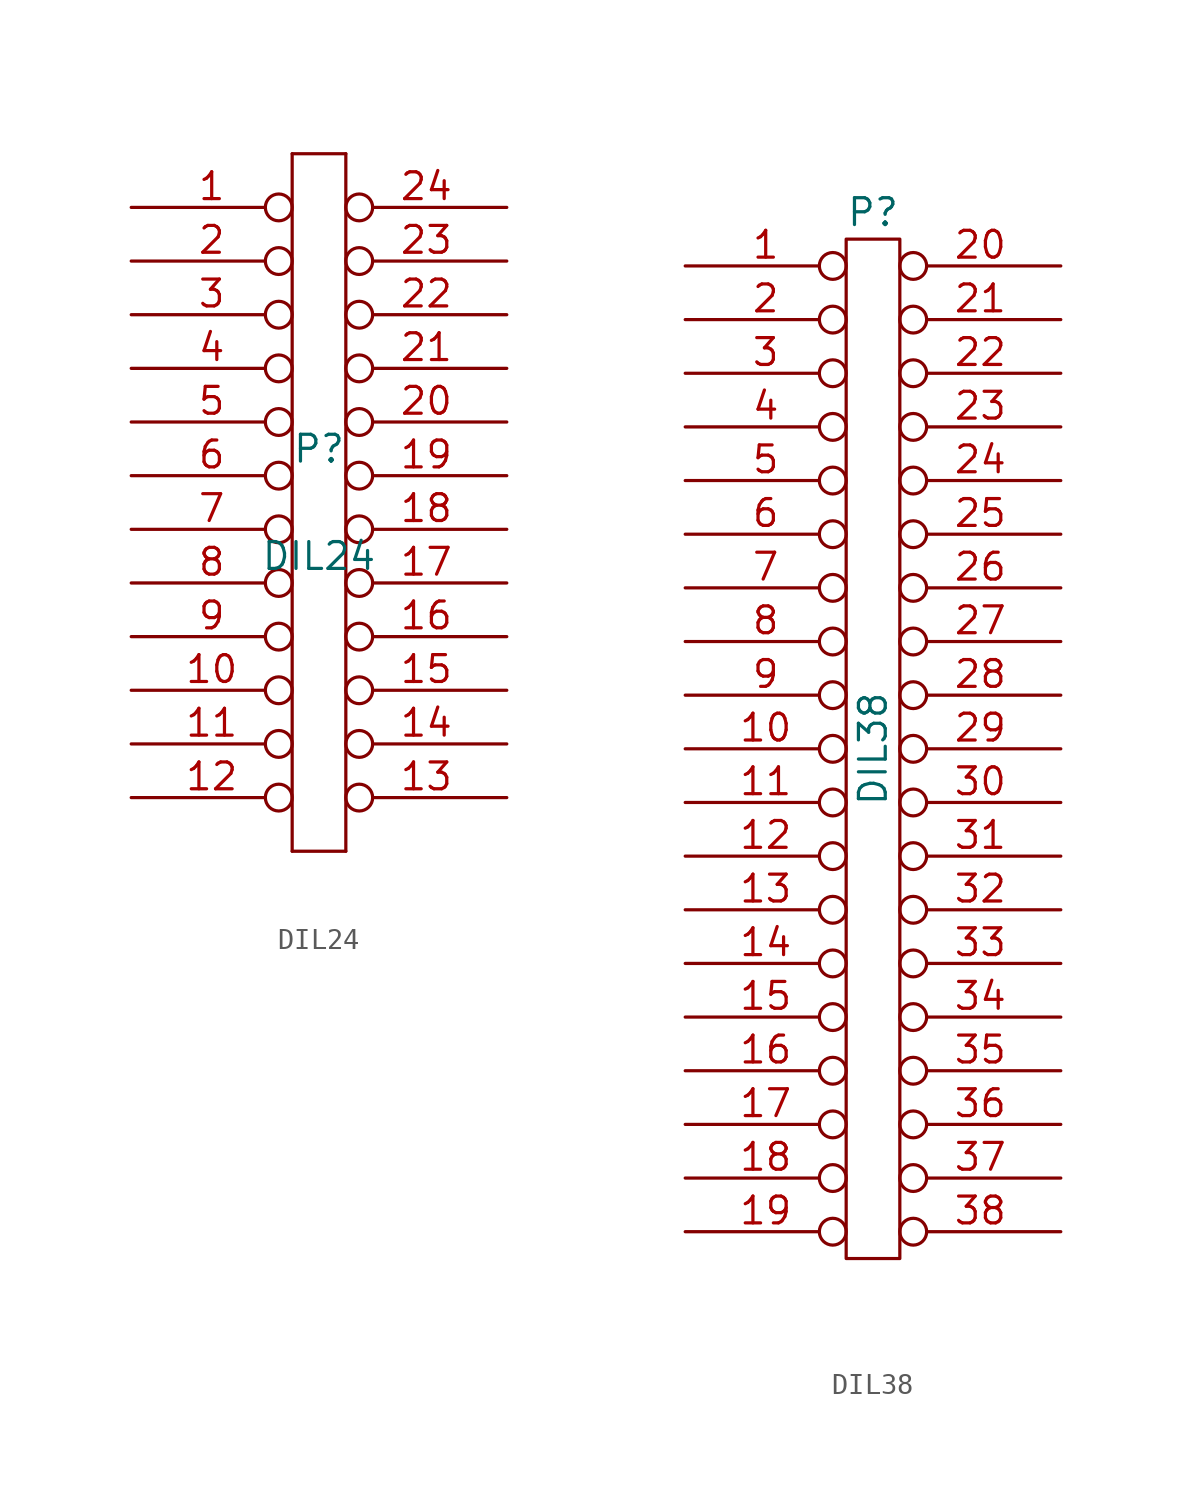
<source format=kicad_sym>
(kicad_symbol_lib
  (version 20211014)
  (generator kicad_symbol_editor)
  (symbol "DIL24"
    (pin_names
      (offset 1.016) hide)
    (property "Reference" "P"
      (at 0 2.54 0)
      (effects (font (size 1.27 1.27))))
    (property "Value" "DIL24"
      (at 0 -2.54 0)
      (effects (font (size 1.27 1.27))))
    (property "Footprint" ""
      (at 0 0 0)
      (effects (font (size 1.27 1.27))))
    (property "Datasheet" ""
      (at 0 0 0)
      (effects (font (size 1.27 1.27))))
    (symbol "DIL24_0_1"
      (polyline (pts (xy -1.27 -16.51) (xy 1.27 -16.51)) (stroke (width 0) (type default) (color 0 0 0 0)) (fill (type none)))
      (polyline (pts (xy -1.27 16.51) (xy -1.27 -16.51)) (stroke (width 0) (type default) (color 0 0 0 0)) (fill (type none)))
      (polyline (pts (xy 1.27 -16.51) (xy 1.27 16.51)) (stroke (width 0) (type default) (color 0 0 0 0)) (fill (type none)))
      (polyline (pts (xy 1.27 16.51) (xy -1.27 16.51)) (stroke (width 0) (type default) (color 0 0 0 0)) (fill (type none))))
    (symbol "DIL24_1_1"
      (pin passive inverted (at -8.89 13.97 0) (length 7.62) (name "P1" (effects (font (size 1.27 1.27)))) (number "1" (effects (font (size 1.27 1.27)))))
      (pin passive inverted (at -8.89 -8.89 0) (length 7.62) (name "P10" (effects (font (size 1.27 1.27)))) (number "10" (effects (font (size 1.27 1.27)))))
      (pin passive inverted (at -8.89 -11.43 0) (length 7.62) (name "P11" (effects (font (size 1.27 1.27)))) (number "11" (effects (font (size 1.27 1.27)))))
      (pin passive inverted (at -8.89 -13.97 0) (length 7.62) (name "P12" (effects (font (size 1.27 1.27)))) (number "12" (effects (font (size 1.27 1.27)))))
      (pin passive inverted (at 8.89 -13.97 180) (length 7.62) (name "P13" (effects (font (size 1.27 1.27)))) (number "13" (effects (font (size 1.27 1.27)))))
      (pin passive inverted (at 8.89 -11.43 180) (length 7.62) (name "P14" (effects (font (size 1.27 1.27)))) (number "14" (effects (font (size 1.27 1.27)))))
      (pin passive inverted (at 8.89 -8.89 180) (length 7.62) (name "P15" (effects (font (size 1.27 1.27)))) (number "15" (effects (font (size 1.27 1.27)))))
      (pin passive inverted (at 8.89 -6.35 180) (length 7.62) (name "P16" (effects (font (size 1.27 1.27)))) (number "16" (effects (font (size 1.27 1.27)))))
      (pin passive inverted (at 8.89 -3.81 180) (length 7.62) (name "P17" (effects (font (size 1.27 1.27)))) (number "17" (effects (font (size 1.27 1.27)))))
      (pin passive inverted (at 8.89 -1.27 180) (length 7.62) (name "P18" (effects (font (size 1.27 1.27)))) (number "18" (effects (font (size 1.27 1.27)))))
      (pin passive inverted (at 8.89 1.27 180) (length 7.62) (name "P19" (effects (font (size 1.27 1.27)))) (number "19" (effects (font (size 1.27 1.27)))))
      (pin passive inverted (at -8.89 11.43 0) (length 7.62) (name "P2" (effects (font (size 1.27 1.27)))) (number "2" (effects (font (size 1.27 1.27)))))
      (pin passive inverted (at 8.89 3.81 180) (length 7.62) (name "P20" (effects (font (size 1.27 1.27)))) (number "20" (effects (font (size 1.27 1.27)))))
      (pin passive inverted (at 8.89 6.35 180) (length 7.62) (name "P21" (effects (font (size 1.27 1.27)))) (number "21" (effects (font (size 1.27 1.27)))))
      (pin passive inverted (at 8.89 8.89 180) (length 7.62) (name "P22" (effects (font (size 1.27 1.27)))) (number "22" (effects (font (size 1.27 1.27)))))
      (pin passive inverted (at 8.89 11.43 180) (length 7.62) (name "P23" (effects (font (size 1.27 1.27)))) (number "23" (effects (font (size 1.27 1.27)))))
      (pin passive inverted (at 8.89 13.97 180) (length 7.62) (name "P24" (effects (font (size 1.27 1.27)))) (number "24" (effects (font (size 1.27 1.27)))))
      (pin passive inverted (at -8.89 8.89 0) (length 7.62) (name "P3" (effects (font (size 1.27 1.27)))) (number "3" (effects (font (size 1.27 1.27)))))
      (pin passive inverted (at -8.89 6.35 0) (length 7.62) (name "P4" (effects (font (size 1.27 1.27)))) (number "4" (effects (font (size 1.27 1.27)))))
      (pin passive inverted (at -8.89 3.81 0) (length 7.62) (name "P5" (effects (font (size 1.27 1.27)))) (number "5" (effects (font (size 1.27 1.27)))))
      (pin passive inverted (at -8.89 1.27 0) (length 7.62) (name "P6" (effects (font (size 1.27 1.27)))) (number "6" (effects (font (size 1.27 1.27)))))
      (pin passive inverted (at -8.89 -1.27 0) (length 7.62) (name "P7" (effects (font (size 1.27 1.27)))) (number "7" (effects (font (size 1.27 1.27)))))
      (pin passive inverted (at -8.89 -3.81 0) (length 7.62) (name "P8" (effects (font (size 1.27 1.27)))) (number "8" (effects (font (size 1.27 1.27)))))
      (pin passive inverted (at -8.89 -6.35 0) (length 7.62) (name "P9" (effects (font (size 1.27 1.27)))) (number "9" (effects (font (size 1.27 1.27)))))))
  (symbol "DIL38"
    (pin_names
      (offset 1.016) hide)
    (property "Reference" "P"
      (at 0 25.4 0)
      (effects (font (size 1.27 1.27))))
    (property "Value" "DIL38"
      (at 0 0 90)
      (effects (font (size 1.27 1.27))))
    (property "Footprint" ""
      (at 0 0 0)
      (effects (font (size 1.27 1.27))))
    (property "Datasheet" ""
      (at 0 0 0)
      (effects (font (size 1.27 1.27))))
    (symbol "DIL38_0_1"
      (rectangle (start -1.27 24.13) (end 1.27 -24.13) (stroke (width 0) (type default) (color 0 0 0 0)) (fill (type none))))
    (symbol "DIL38_1_1"
      (pin passive inverted (at -8.89 22.86 0) (length 7.62) (name "P1" (effects (font (size 1.27 1.27)))) (number "1" (effects (font (size 1.27 1.27)))))
      (pin passive inverted (at -8.89 0 0) (length 7.62) (name "P10" (effects (font (size 1.27 1.27)))) (number "10" (effects (font (size 1.27 1.27)))))
      (pin passive inverted (at -8.89 -2.54 0) (length 7.62) (name "P11" (effects (font (size 1.27 1.27)))) (number "11" (effects (font (size 1.27 1.27)))))
      (pin passive inverted (at -8.89 -5.08 0) (length 7.62) (name "P12" (effects (font (size 1.27 1.27)))) (number "12" (effects (font (size 1.27 1.27)))))
      (pin passive inverted (at -8.89 -7.62 0) (length 7.62) (name "P13" (effects (font (size 1.27 1.27)))) (number "13" (effects (font (size 1.27 1.27)))))
      (pin passive inverted (at -8.89 -10.16 0) (length 7.62) (name "P14" (effects (font (size 1.27 1.27)))) (number "14" (effects (font (size 1.27 1.27)))))
      (pin passive inverted (at -8.89 -12.7 0) (length 7.62) (name "P15" (effects (font (size 1.27 1.27)))) (number "15" (effects (font (size 1.27 1.27)))))
      (pin passive inverted (at -8.89 -15.24 0) (length 7.62) (name "P16" (effects (font (size 1.27 1.27)))) (number "16" (effects (font (size 1.27 1.27)))))
      (pin passive inverted (at -8.89 -17.78 0) (length 7.62) (name "P17" (effects (font (size 1.27 1.27)))) (number "17" (effects (font (size 1.27 1.27)))))
      (pin passive inverted (at -8.89 -20.32 0) (length 7.62) (name "P18" (effects (font (size 1.27 1.27)))) (number "18" (effects (font (size 1.27 1.27)))))
      (pin passive inverted (at -8.89 -22.86 0) (length 7.62) (name "P19" (effects (font (size 1.27 1.27)))) (number "19" (effects (font (size 1.27 1.27)))))
      (pin passive inverted (at -8.89 20.32 0) (length 7.62) (name "P2" (effects (font (size 1.27 1.27)))) (number "2" (effects (font (size 1.27 1.27)))))
      (pin passive inverted (at 8.89 22.86 180) (length 7.62) (name "P20" (effects (font (size 1.27 1.27)))) (number "20" (effects (font (size 1.27 1.27)))))
      (pin passive inverted (at 8.89 20.32 180) (length 7.62) (name "P21" (effects (font (size 1.27 1.27)))) (number "21" (effects (font (size 1.27 1.27)))))
      (pin passive inverted (at 8.89 17.78 180) (length 7.62) (name "P22" (effects (font (size 1.27 1.27)))) (number "22" (effects (font (size 1.27 1.27)))))
      (pin passive inverted (at 8.89 15.24 180) (length 7.62) (name "P23" (effects (font (size 1.27 1.27)))) (number "23" (effects (font (size 1.27 1.27)))))
      (pin passive inverted (at 8.89 12.7 180) (length 7.62) (name "P24" (effects (font (size 1.27 1.27)))) (number "24" (effects (font (size 1.27 1.27)))))
      (pin passive inverted (at 8.89 10.16 180) (length 7.62) (name "P25" (effects (font (size 1.27 1.27)))) (number "25" (effects (font (size 1.27 1.27)))))
      (pin passive inverted (at 8.89 7.62 180) (length 7.62) (name "P26" (effects (font (size 1.27 1.27)))) (number "26" (effects (font (size 1.27 1.27)))))
      (pin passive inverted (at 8.89 5.08 180) (length 7.62) (name "P27" (effects (font (size 1.27 1.27)))) (number "27" (effects (font (size 1.27 1.27)))))
      (pin passive inverted (at 8.89 2.54 180) (length 7.62) (name "P28" (effects (font (size 1.27 1.27)))) (number "28" (effects (font (size 1.27 1.27)))))
      (pin passive inverted (at 8.89 0 180) (length 7.62) (name "P29" (effects (font (size 1.27 1.27)))) (number "29" (effects (font (size 1.27 1.27)))))
      (pin passive inverted (at -8.89 17.78 0) (length 7.62) (name "P3" (effects (font (size 1.27 1.27)))) (number "3" (effects (font (size 1.27 1.27)))))
      (pin passive inverted (at 8.89 -2.54 180) (length 7.62) (name "P30" (effects (font (size 1.27 1.27)))) (number "30" (effects (font (size 1.27 1.27)))))
      (pin passive inverted (at 8.89 -5.08 180) (length 7.62) (name "P31" (effects (font (size 1.27 1.27)))) (number "31" (effects (font (size 1.27 1.27)))))
      (pin passive inverted (at 8.89 -7.62 180) (length 7.62) (name "P32" (effects (font (size 1.27 1.27)))) (number "32" (effects (font (size 1.27 1.27)))))
      (pin passive inverted (at 8.89 -10.16 180) (length 7.62) (name "P33" (effects (font (size 1.27 1.27)))) (number "33" (effects (font (size 1.27 1.27)))))
      (pin passive inverted (at 8.89 -12.7 180) (length 7.62) (name "P34" (effects (font (size 1.27 1.27)))) (number "34" (effects (font (size 1.27 1.27)))))
      (pin passive inverted (at 8.89 -15.24 180) (length 7.62) (name "P35" (effects (font (size 1.27 1.27)))) (number "35" (effects (font (size 1.27 1.27)))))
      (pin passive inverted (at 8.89 -17.78 180) (length 7.62) (name "P36" (effects (font (size 1.27 1.27)))) (number "36" (effects (font (size 1.27 1.27)))))
      (pin passive inverted (at 8.89 -20.32 180) (length 7.62) (name "P37" (effects (font (size 1.27 1.27)))) (number "37" (effects (font (size 1.27 1.27)))))
      (pin passive inverted (at 8.89 -22.86 180) (length 7.62) (name "P38" (effects (font (size 1.27 1.27)))) (number "38" (effects (font (size 1.27 1.27)))))
      (pin passive inverted (at -8.89 15.24 0) (length 7.62) (name "P4" (effects (font (size 1.27 1.27)))) (number "4" (effects (font (size 1.27 1.27)))))
      (pin passive inverted (at -8.89 12.7 0) (length 7.62) (name "P5" (effects (font (size 1.27 1.27)))) (number "5" (effects (font (size 1.27 1.27)))))
      (pin passive inverted (at -8.89 10.16 0) (length 7.62) (name "P6" (effects (font (size 1.27 1.27)))) (number "6" (effects (font (size 1.27 1.27)))))
      (pin passive inverted (at -8.89 7.62 0) (length 7.62) (name "P7" (effects (font (size 1.27 1.27)))) (number "7" (effects (font (size 1.27 1.27)))))
      (pin passive inverted (at -8.89 5.08 0) (length 7.62) (name "P8" (effects (font (size 1.27 1.27)))) (number "8" (effects (font (size 1.27 1.27)))))
      (pin passive inverted (at -8.89 2.54 0) (length 7.62) (name "P9" (effects (font (size 1.27 1.27)))) (number "9" (effects (font (size 1.27 1.27))))))))
</source>
